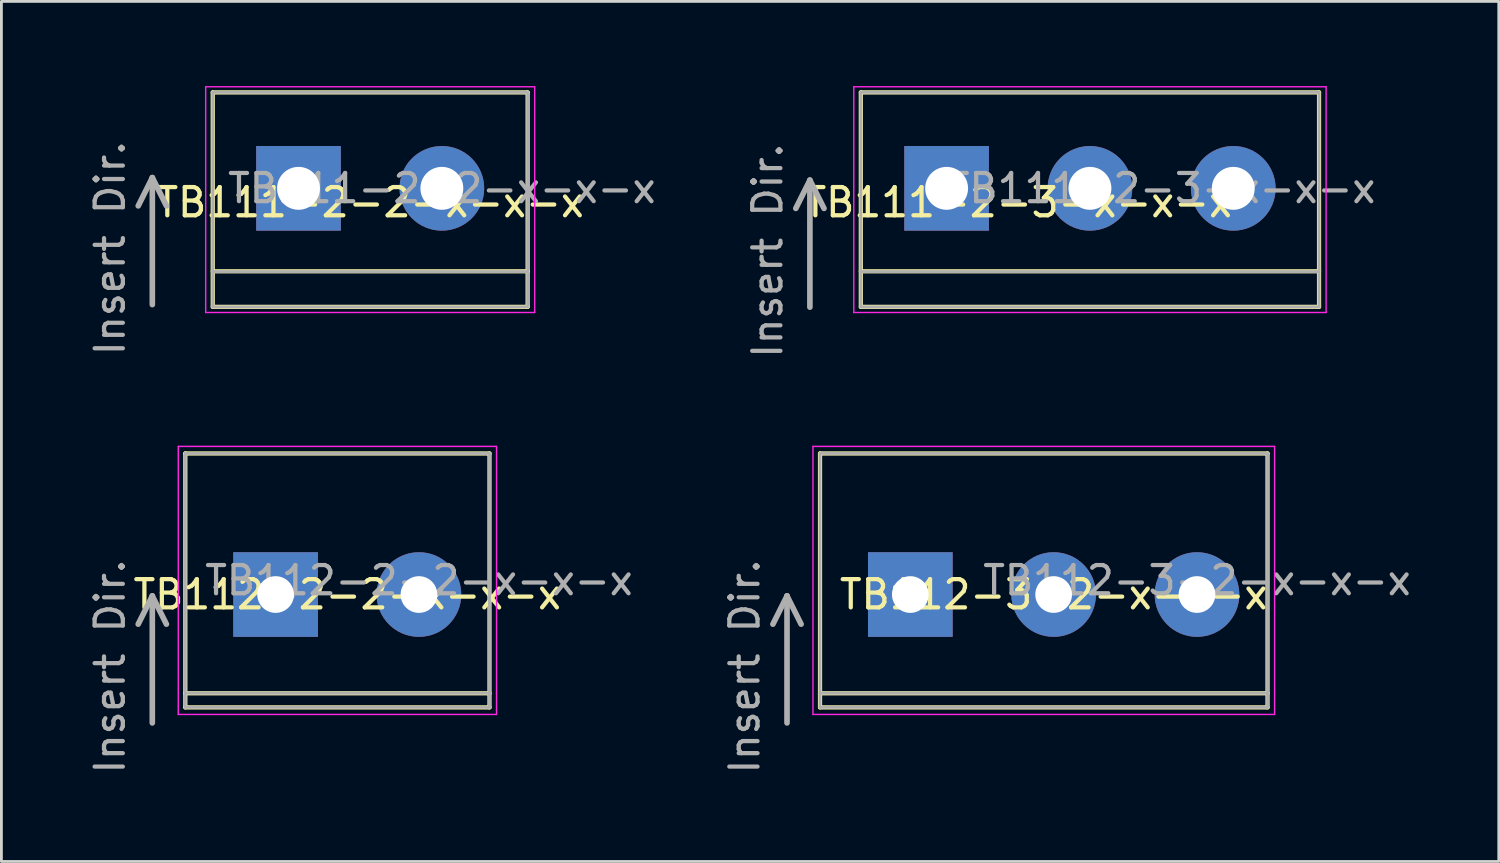
<source format=kicad_pcb>
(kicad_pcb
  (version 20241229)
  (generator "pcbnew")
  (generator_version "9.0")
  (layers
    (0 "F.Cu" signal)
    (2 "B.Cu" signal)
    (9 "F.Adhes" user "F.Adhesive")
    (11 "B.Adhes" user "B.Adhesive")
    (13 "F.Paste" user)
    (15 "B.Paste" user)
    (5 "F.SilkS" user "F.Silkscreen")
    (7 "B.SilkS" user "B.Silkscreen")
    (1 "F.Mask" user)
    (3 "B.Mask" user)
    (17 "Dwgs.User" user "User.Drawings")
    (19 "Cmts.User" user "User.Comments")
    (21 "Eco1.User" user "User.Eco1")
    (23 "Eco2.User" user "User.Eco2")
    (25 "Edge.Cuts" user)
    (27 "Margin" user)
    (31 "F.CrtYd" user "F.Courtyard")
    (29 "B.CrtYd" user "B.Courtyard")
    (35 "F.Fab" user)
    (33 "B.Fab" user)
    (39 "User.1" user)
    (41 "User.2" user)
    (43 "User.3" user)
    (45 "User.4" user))
  (footprint "TB111-2-2-x-x-x"
    (layer "F.Cu")
    (at 10.07 3.625)
    (property "Reference" "TB111-2-2-x-x-x" (at 0 0.5 0) (layer "F.SilkS") (effects (font (size 1 1) (thickness 0.15))))
    (attr through_hole)
    (fp_line (start -5.58 -3.4) (end -5.58 4.2) (stroke (width 0.15) (type solid)) (layer "F.SilkS"))
    (fp_line (start -5.58 -3.4) (end 5.58 -3.4) (stroke (width 0.15) (type solid)) (layer "F.SilkS"))
    (fp_line (start -5.58 2.94) (end 5.58 2.94) (stroke (width 0.15) (type solid)) (layer "F.SilkS"))
    (fp_line (start 5.58 -3.4) (end 5.58 4.2) (stroke (width 0.15) (type solid)) (layer "F.SilkS"))
    (fp_line (start 5.58 4.2) (end -5.58 4.2) (stroke (width 0.15) (type solid)) (layer "F.SilkS"))
    (fp_line (start -5.83 -3.6) (end -5.83 4.4) (stroke (width 0.05) (type solid)) (layer "F.CrtYd"))
    (fp_line (start -5.83 -3.6) (end 5.83 -3.6) (stroke (width 0.05) (type solid)) (layer "F.CrtYd"))
    (fp_line (start 5.83 4.4) (end -5.83 4.4) (stroke (width 0.05) (type solid)) (layer "F.CrtYd"))
    (fp_line (start 5.83 4.4) (end 5.83 -3.6) (stroke (width 0.05) (type solid)) (layer "F.CrtYd"))
    (fp_line (start -7.721 -0.379) (end -8.221 0.621) (stroke (width 0.2) (type solid)) (layer "F.Fab"))
    (fp_line (start -7.721 -0.379) (end -7.721 4.121) (stroke (width 0.2) (type solid)) (layer "F.Fab"))
    (fp_line (start -7.721 -0.379) (end -7.221 0.621) (stroke (width 0.2) (type solid)) (layer "F.Fab"))
    (fp_line (start -5.58 -3.4) (end -5.58 4.2) (stroke (width 0.1) (type solid)) (layer "F.Fab"))
    (fp_line (start -5.58 -3.4) (end 5.58 -3.4) (stroke (width 0.1) (type solid)) (layer "F.Fab"))
    (fp_line (start -5.58 4.2) (end 5.58 4.2) (stroke (width 0.1) (type solid)) (layer "F.Fab"))
    (fp_line (start 5.58 2.95) (end -5.58 2.95) (stroke (width 0.1) (type solid)) (layer "F.Fab"))
    (fp_line (start 5.58 4.2) (end 5.58 -3.4) (stroke (width 0.1) (type solid)) (layer "F.Fab"))
    (fp_text user "${REFERENCE}" (at 2.54 0 0) (layer "F.Fab") (effects (font (size 1 1) (thickness 0.15))))
    (fp_text user "Insert Dir." (at -9.221 2.121 270) (layer "F.Fab") (effects (font (size 1 1) (thickness 0.15))))
    (pad "1" thru_hole rect (at -2.54 0) (size 3 3) (drill 1.52) (layers "*.Cu" "*.Mask"))
    (pad "2" thru_hole circle (at 2.54 0) (size 3 3) (drill 1.52) (layers "*.Cu" "*.Mask")))
  (footprint "TB111-2-3-x-x-x"
    (layer "F.Cu")
    (at 35.579 3.625)
    (property "Reference" "TB111-2-3-x-x-x" (at -2.54 0.5 0) (layer "F.SilkS") (effects (font (size 1 1) (thickness 0.15))))
    (attr through_hole)
    (fp_line (start -8.12 -3.4) (end -8.12 4.2) (stroke (width 0.15) (type solid)) (layer "F.SilkS"))
    (fp_line (start -8.12 -3.4) (end 8.12 -3.4) (stroke (width 0.15) (type solid)) (layer "F.SilkS"))
    (fp_line (start -8.12 2.94) (end 8.12 2.94) (stroke (width 0.15) (type solid)) (layer "F.SilkS"))
    (fp_line (start 8.12 -3.4) (end 8.12 4.2) (stroke (width 0.15) (type solid)) (layer "F.SilkS"))
    (fp_line (start 8.12 4.2) (end -8.12 4.2) (stroke (width 0.15) (type solid)) (layer "F.SilkS"))
    (fp_line (start -8.37 -3.6) (end -8.37 4.4) (stroke (width 0.05) (type solid)) (layer "F.CrtYd"))
    (fp_line (start -8.37 -3.6) (end 8.37 -3.6) (stroke (width 0.05) (type solid)) (layer "F.CrtYd"))
    (fp_line (start 8.37 4.4) (end -8.37 4.4) (stroke (width 0.05) (type solid)) (layer "F.CrtYd"))
    (fp_line (start 8.37 4.4) (end 8.37 -3.6) (stroke (width 0.05) (type solid)) (layer "F.CrtYd"))
    (fp_line (start -9.925 -0.289) (end -10.425 0.711) (stroke (width 0.2) (type solid)) (layer "F.Fab"))
    (fp_line (start -9.925 -0.289) (end -9.425 0.711) (stroke (width 0.2) (type solid)) (layer "F.Fab"))
    (fp_line (start -9.925 4.211) (end -9.925 -0.289) (stroke (width 0.2) (type solid)) (layer "F.Fab"))
    (fp_line (start -8.12 -3.4) (end -8.12 4.2) (stroke (width 0.1) (type solid)) (layer "F.Fab"))
    (fp_line (start -8.12 -3.4) (end 8.12 -3.4) (stroke (width 0.1) (type solid)) (layer "F.Fab"))
    (fp_line (start -8.12 4.2) (end 8.12 4.2) (stroke (width 0.1) (type solid)) (layer "F.Fab"))
    (fp_line (start 8.12 2.95) (end -8.12 2.95) (stroke (width 0.1) (type solid)) (layer "F.Fab"))
    (fp_line (start 8.12 4.2) (end 8.12 -3.4) (stroke (width 0.1) (type solid)) (layer "F.Fab"))
    (fp_text user "${REFERENCE}" (at 2.54 0 0) (layer "F.Fab") (effects (font (size 1 1) (thickness 0.15))))
    (fp_text user "Insert Dir." (at -11.425 2.211 270) (layer "F.Fab") (effects (font (size 1 1) (thickness 0.15))))
    (pad "1" thru_hole rect (at -5.08 0) (size 3 3) (drill 1.52) (layers "*.Cu" "*.Mask"))
    (pad "2" thru_hole circle (at 0 0) (size 3 3) (drill 1.52) (layers "*.Cu" "*.Mask"))
    (pad "3" thru_hole circle (at 5.08 0) (size 3 3) (drill 1.52) (layers "*.Cu" "*.Mask")))
  (footprint "TB112-3-2-x-x-x"
    (layer "F.Cu")
    (at 34.293 17.521)
    (property "Reference" "TB112-3-2-x-x-x" (at 0 0.5 0) (layer "F.SilkS") (effects (font (size 1 1) (thickness 0.15))))
    (attr through_hole)
    (fp_line (start -8.28 -4.5) (end -8.28 4.5) (stroke (width 0.15) (type solid)) (layer "F.SilkS"))
    (fp_line (start -8.28 -4.5) (end 7.58 -4.5) (stroke (width 0.15) (type solid)) (layer "F.SilkS"))
    (fp_line (start -8.28 4) (end 7.58 4) (stroke (width 0.15) (type solid)) (layer "F.SilkS"))
    (fp_line (start 7.58 -4.5) (end 7.58 4.5) (stroke (width 0.15) (type solid)) (layer "F.SilkS"))
    (fp_line (start 7.58 4.5) (end -8.28 4.5) (stroke (width 0.15) (type solid)) (layer "F.SilkS"))
    (fp_line (start -8.53 -4.75) (end -8.53 4.75) (stroke (width 0.05) (type solid)) (layer "F.CrtYd"))
    (fp_line (start -8.53 -4.75) (end 7.83 -4.75) (stroke (width 0.05) (type solid)) (layer "F.CrtYd"))
    (fp_line (start 7.83 4.75) (end -8.53 4.75) (stroke (width 0.05) (type solid)) (layer "F.CrtYd"))
    (fp_line (start 7.83 4.75) (end 7.83 -4.75) (stroke (width 0.05) (type solid)) (layer "F.CrtYd"))
    (fp_line (start -9.45 0.55) (end -9.95 1.55) (stroke (width 0.2) (type solid)) (layer "F.Fab"))
    (fp_line (start -9.45 0.55) (end -9.45 5.05) (stroke (width 0.2) (type solid)) (layer "F.Fab"))
    (fp_line (start -9.45 0.55) (end -8.95 1.55) (stroke (width 0.2) (type solid)) (layer "F.Fab"))
    (fp_line (start -8.28 -4.5) (end -8.28 4.5) (stroke (width 0.1) (type solid)) (layer "F.Fab"))
    (fp_line (start -8.28 -4.5) (end 7.58 -4.5) (stroke (width 0.1) (type solid)) (layer "F.Fab"))
    (fp_line (start -8.28 4) (end 7.58 4) (stroke (width 0.1) (type solid)) (layer "F.Fab"))
    (fp_line (start -8.28 4.5) (end 7.58 4.5) (stroke (width 0.1) (type solid)) (layer "F.Fab"))
    (fp_line (start 7.58 4.5) (end 7.58 -4.5) (stroke (width 0.1) (type solid)) (layer "F.Fab"))
    (fp_text user "Insert Dir." (at -10.95 3.05 270) (layer "F.Fab") (effects (font (size 1 1) (thickness 0.15))))
    (fp_text user "${REFERENCE}" (at 5.08 0 0) (layer "F.Fab") (effects (font (size 1 1) (thickness 0.15))))
    (pad "1" thru_hole rect (at -5.08 0.5) (size 3 3) (drill 1.3) (layers "*.Cu" "*.Mask"))
    (pad "2" thru_hole circle (at 0 0.5) (size 3 3) (drill 1.3) (layers "*.Cu" "*.Mask"))
    (pad "3" thru_hole circle (at 5.08 0.5) (size 3 3) (drill 1.3) (layers "*.Cu" "*.Mask")))
  (footprint "TB112-2-2-x-x-x"
    (layer "F.Cu")
    (at 9.258 17.521)
    (property "Reference" "TB112-2-2-x-x-x" (at 0 0.5 0) (layer "F.SilkS") (effects (font (size 1 1) (thickness 0.15))))
    (attr through_hole)
    (fp_line (start -5.74 -4.5) (end -5.74 4.5) (stroke (width 0.15) (type solid)) (layer "F.SilkS"))
    (fp_line (start -5.74 -4.5) (end 5.04 -4.5) (stroke (width 0.15) (type solid)) (layer "F.SilkS"))
    (fp_line (start -5.74 4) (end 5.04 4) (stroke (width 0.15) (type solid)) (layer "F.SilkS"))
    (fp_line (start 5.04 -4.5) (end 5.04 4.5) (stroke (width 0.15) (type solid)) (layer "F.SilkS"))
    (fp_line (start 5.04 4.5) (end -5.74 4.5) (stroke (width 0.15) (type solid)) (layer "F.SilkS"))
    (fp_line (start -5.99 -4.75) (end -5.99 4.75) (stroke (width 0.05) (type solid)) (layer "F.CrtYd"))
    (fp_line (start -5.99 -4.75) (end 5.29 -4.75) (stroke (width 0.05) (type solid)) (layer "F.CrtYd"))
    (fp_line (start 5.29 4.75) (end -5.99 4.75) (stroke (width 0.05) (type solid)) (layer "F.CrtYd"))
    (fp_line (start 5.29 4.75) (end 5.29 -4.75) (stroke (width 0.05) (type solid)) (layer "F.CrtYd"))
    (fp_line (start -6.91 0.55) (end -7.41 1.55) (stroke (width 0.2) (type solid)) (layer "F.Fab"))
    (fp_line (start -6.91 0.55) (end -6.91 5.05) (stroke (width 0.2) (type solid)) (layer "F.Fab"))
    (fp_line (start -6.91 0.55) (end -6.41 1.55) (stroke (width 0.2) (type solid)) (layer "F.Fab"))
    (fp_line (start -5.74 -4.5) (end -5.74 4.5) (stroke (width 0.1) (type solid)) (layer "F.Fab"))
    (fp_line (start -5.74 -4.5) (end 5.04 -4.5) (stroke (width 0.1) (type solid)) (layer "F.Fab"))
    (fp_line (start -5.74 4.5) (end 5.04 4.5) (stroke (width 0.1) (type solid)) (layer "F.Fab"))
    (fp_line (start 5.04 4) (end -5.74 4) (stroke (width 0.1) (type solid)) (layer "F.Fab"))
    (fp_line (start 5.04 4.5) (end 5.04 -4.5) (stroke (width 0.1) (type solid)) (layer "F.Fab"))
    (fp_text user "Insert Dir." (at -8.41 3.05 270) (layer "F.Fab") (effects (font (size 1 1) (thickness 0.15))))
    (fp_text user "${REFERENCE}" (at 2.54 0 0) (layer "F.Fab") (effects (font (size 1 1) (thickness 0.15))))
    (pad "1" thru_hole rect (at -2.54 0.5) (size 3 3) (drill 1.3) (layers "*.Cu" "*.Mask"))
    (pad "2" thru_hole circle (at 2.54 0.5) (size 3 3) (drill 1.3) (layers "*.Cu" "*.Mask")))
  (gr_rect
    (start -3 -3)
    (end 50.069 27.482)
    (stroke (width 0.1) (type default))
    (fill no)
    (layer "Edge.Cuts")))
</source>
